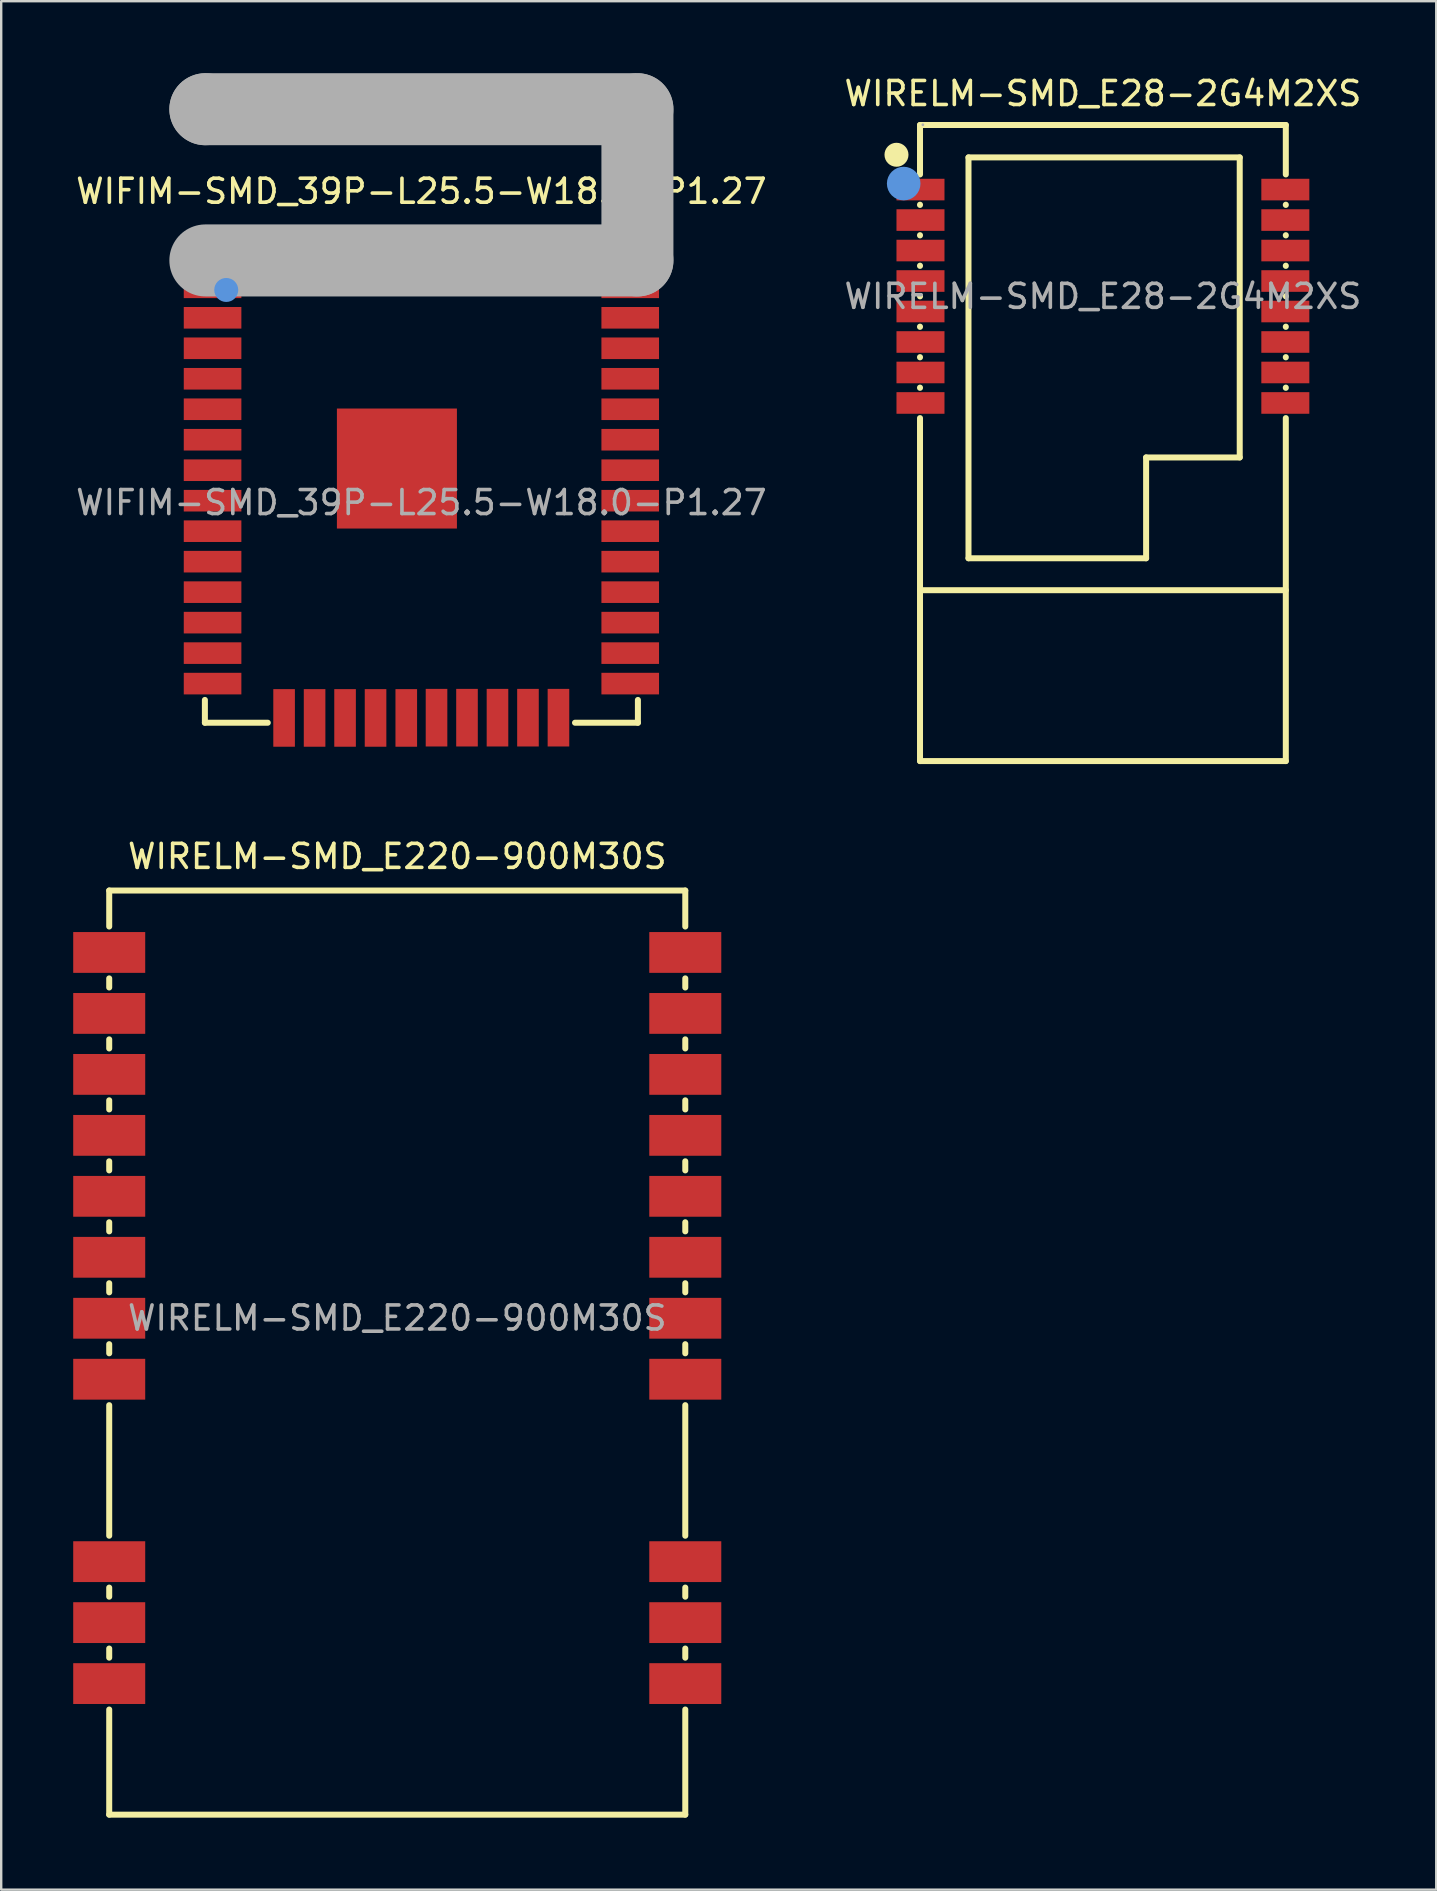
<source format=kicad_pcb>
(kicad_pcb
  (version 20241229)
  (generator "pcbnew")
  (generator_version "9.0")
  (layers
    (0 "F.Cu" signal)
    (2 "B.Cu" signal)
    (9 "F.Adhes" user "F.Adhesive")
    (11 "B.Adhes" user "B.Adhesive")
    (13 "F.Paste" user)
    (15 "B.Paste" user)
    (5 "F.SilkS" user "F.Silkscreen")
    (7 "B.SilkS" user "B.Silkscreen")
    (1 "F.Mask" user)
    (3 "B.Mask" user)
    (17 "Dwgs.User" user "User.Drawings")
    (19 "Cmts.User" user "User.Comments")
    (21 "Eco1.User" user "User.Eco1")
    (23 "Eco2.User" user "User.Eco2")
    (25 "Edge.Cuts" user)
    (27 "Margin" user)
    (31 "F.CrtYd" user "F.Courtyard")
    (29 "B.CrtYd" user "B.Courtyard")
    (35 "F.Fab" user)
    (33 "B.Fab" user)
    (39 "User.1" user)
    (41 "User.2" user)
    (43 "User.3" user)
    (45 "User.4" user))
  (footprint "WIFIM-SMD_39P-L25.5-W18.0-P1.27"
    (layer "F.Cu")
    (at 14.506 17.89)
    (property "Reference" "WIFIM-SMD_39P-L25.5-W18.0-P1.27" (at 0 -12.97 0) (layer "F.SilkS") (effects (font (size 1 1) (thickness 0.15))))
    (attr smd)
    (fp_line (start -9.02 -10.11) (end -9.02 -9.65) (stroke (width 0.25) (type solid)) (layer "F.SilkS"))
    (fp_line (start -9.02 8.22) (end -9.02 9.17) (stroke (width 0.25) (type solid)) (layer "F.SilkS"))
    (fp_line (start -9.02 9.17) (end -6.4 9.17) (stroke (width 0.25) (type solid)) (layer "F.SilkS"))
    (fp_line (start 6.4 9.17) (end 9.02 9.17) (stroke (width 0.25) (type solid)) (layer "F.SilkS"))
    (fp_line (start 9.02 -10.11) (end -9.02 -10.11) (stroke (width 0.25) (type solid)) (layer "F.SilkS"))
    (fp_line (start 9.02 -9.65) (end 9.02 -10.11) (stroke (width 0.25) (type solid)) (layer "F.SilkS"))
    (fp_line (start 9.02 9.17) (end 9.02 8.22) (stroke (width 0.25) (type solid)) (layer "F.SilkS"))
    (fp_circle (center -8.13 -8.86) (end -7.88 -8.86) (stroke (width 0.5) (type solid)) (fill no) (layer "Cmts.User"))
    (fp_line (start -9 -16.39) (end -9 -16.39) (stroke (width 3) (type solid)) (layer "F.Fab"))
    (fp_line (start -9 -16.39) (end 9 -16.39) (stroke (width 3) (type solid)) (layer "F.Fab"))
    (fp_line (start 9 -16.39) (end 9 -10.09) (stroke (width 3) (type solid)) (layer "F.Fab"))
    (fp_line (start 9 -10.09) (end -9 -10.09) (stroke (width 3) (type solid)) (layer "F.Fab"))
    (fp_circle (center -9 -16.39) (end -8.97 -16.39) (stroke (width 0.06) (type solid)) (fill no) (layer "F.Fab"))
    (fp_text user "${REFERENCE}" (at 0 0 0) (layer "F.Fab") (effects (font (size 1 1) (thickness 0.15))))
    (pad "1" smd rect (at -8.7 -8.97) (size 2.4 0.9) (layers "F.Cu" "F.Mask" "F.Paste"))
    (pad "2" smd rect (at -8.7 -7.7) (size 2.4 0.9) (layers "F.Cu" "F.Mask" "F.Paste"))
    (pad "3" smd rect (at -8.7 -6.43) (size 2.4 0.9) (layers "F.Cu" "F.Mask" "F.Paste"))
    (pad "4" smd rect (at -8.7 -5.16) (size 2.4 0.9) (layers "F.Cu" "F.Mask" "F.Paste"))
    (pad "5" smd rect (at -8.7 -3.89) (size 2.4 0.9) (layers "F.Cu" "F.Mask" "F.Paste"))
    (pad "6" smd rect (at -8.7 -2.62) (size 2.4 0.9) (layers "F.Cu" "F.Mask" "F.Paste"))
    (pad "7" smd rect (at -8.7 -1.35) (size 2.4 0.9) (layers "F.Cu" "F.Mask" "F.Paste"))
    (pad "8" smd rect (at -8.7 -0.08) (size 2.4 0.9) (layers "F.Cu" "F.Mask" "F.Paste"))
    (pad "9" smd rect (at -8.7 1.19) (size 2.4 0.9) (layers "F.Cu" "F.Mask" "F.Paste"))
    (pad "10" smd rect (at -8.7 2.46) (size 2.4 0.9) (layers "F.Cu" "F.Mask" "F.Paste"))
    (pad "11" smd rect (at -8.7 3.73) (size 2.4 0.9) (layers "F.Cu" "F.Mask" "F.Paste"))
    (pad "12" smd rect (at -8.7 5) (size 2.4 0.9) (layers "F.Cu" "F.Mask" "F.Paste"))
    (pad "13" smd rect (at -8.7 6.27) (size 2.4 0.9) (layers "F.Cu" "F.Mask" "F.Paste"))
    (pad "14" smd rect (at -8.7 7.54) (size 2.4 0.9) (layers "F.Cu" "F.Mask" "F.Paste"))
    (pad "15" smd rect (at -5.72 8.97 270) (size 2.4 0.9) (layers "F.Cu" "F.Mask" "F.Paste"))
    (pad "16" smd rect (at -4.45 8.97 270) (size 2.4 0.9) (layers "F.Cu" "F.Mask" "F.Paste"))
    (pad "17" smd rect (at -3.18 8.97 270) (size 2.4 0.9) (layers "F.Cu" "F.Mask" "F.Paste"))
    (pad "18" smd rect (at -1.91 8.97 270) (size 2.4 0.9) (layers "F.Cu" "F.Mask" "F.Paste"))
    (pad "19" smd rect (at -0.63 8.97 270) (size 2.4 0.9) (layers "F.Cu" "F.Mask" "F.Paste"))
    (pad "20" smd rect (at 0.63 8.96 270) (size 2.4 0.9) (layers "F.Cu" "F.Mask" "F.Paste"))
    (pad "21" smd rect (at 1.9 8.96 270) (size 2.4 0.9) (layers "F.Cu" "F.Mask" "F.Paste"))
    (pad "22" smd rect (at 3.17 8.96 270) (size 2.4 0.9) (layers "F.Cu" "F.Mask" "F.Paste"))
    (pad "23" smd rect (at 4.44 8.96 270) (size 2.4 0.9) (layers "F.Cu" "F.Mask" "F.Paste"))
    (pad "24" smd rect (at 5.71 8.96 270) (size 2.4 0.9) (layers "F.Cu" "F.Mask" "F.Paste"))
    (pad "25" smd rect (at 8.7 7.54) (size 2.4 0.9) (layers "F.Cu" "F.Mask" "F.Paste"))
    (pad "26" smd rect (at 8.7 6.27) (size 2.4 0.9) (layers "F.Cu" "F.Mask" "F.Paste"))
    (pad "27" smd rect (at 8.7 5) (size 2.4 0.9) (layers "F.Cu" "F.Mask" "F.Paste"))
    (pad "28" smd rect (at 8.7 3.73) (size 2.4 0.9) (layers "F.Cu" "F.Mask" "F.Paste"))
    (pad "29" smd rect (at 8.7 2.46) (size 2.4 0.9) (layers "F.Cu" "F.Mask" "F.Paste"))
    (pad "30" smd rect (at 8.7 1.19) (size 2.4 0.9) (layers "F.Cu" "F.Mask" "F.Paste"))
    (pad "31" smd rect (at 8.7 -0.08) (size 2.4 0.9) (layers "F.Cu" "F.Mask" "F.Paste"))
    (pad "32" smd rect (at 8.7 -1.35) (size 2.4 0.9) (layers "F.Cu" "F.Mask" "F.Paste"))
    (pad "33" smd rect (at 8.7 -2.62) (size 2.4 0.9) (layers "F.Cu" "F.Mask" "F.Paste"))
    (pad "34" smd rect (at 8.7 -3.89) (size 2.4 0.9) (layers "F.Cu" "F.Mask" "F.Paste"))
    (pad "35" smd rect (at 8.7 -5.16) (size 2.4 0.9) (layers "F.Cu" "F.Mask" "F.Paste"))
    (pad "36" smd rect (at 8.7 -6.43) (size 2.4 0.9) (layers "F.Cu" "F.Mask" "F.Paste"))
    (pad "37" smd rect (at 8.7 -7.7) (size 2.4 0.9) (layers "F.Cu" "F.Mask" "F.Paste"))
    (pad "38" smd rect (at 8.7 -8.97) (size 2.4 0.9) (layers "F.Cu" "F.Mask" "F.Paste"))
    (pad "39" smd rect (at -1.02 -1.42) (size 5 5) (layers "F.Cu" "F.Mask" "F.Paste")))
  (footprint "WIRELM-SMD_E220-900M30S"
    (layer "F.Cu")
    (at 13.5 51.861)
    (property "Reference" "WIRELM-SMD_E220-900M30S" (at 0 -19.23 0) (layer "F.SilkS") (effects (font (size 1 1) (thickness 0.15))))
    (attr through_hole)
    (fp_line (start -12 -17.81) (end -12 -16.31) (stroke (width 0.25) (type solid)) (layer "F.SilkS"))
    (fp_line (start -12 -17.81) (end 12 -17.81) (stroke (width 0.25) (type solid)) (layer "F.SilkS"))
    (fp_line (start -12 -14.15) (end -12 -13.77) (stroke (width 0.25) (type solid)) (layer "F.SilkS"))
    (fp_line (start -12 -11.61) (end -12 -11.23) (stroke (width 0.25) (type solid)) (layer "F.SilkS"))
    (fp_line (start -12 -9.07) (end -12 -8.69) (stroke (width 0.25) (type solid)) (layer "F.SilkS"))
    (fp_line (start -12 -6.53) (end -12 -6.15) (stroke (width 0.25) (type solid)) (layer "F.SilkS"))
    (fp_line (start -12 -3.99) (end -12 -3.61) (stroke (width 0.25) (type solid)) (layer "F.SilkS"))
    (fp_line (start -12 -1.45) (end -12 -1.07) (stroke (width 0.25) (type solid)) (layer "F.SilkS"))
    (fp_line (start -12 1.09) (end -12 1.47) (stroke (width 0.25) (type solid)) (layer "F.SilkS"))
    (fp_line (start -12 3.63) (end -12 9.07) (stroke (width 0.25) (type solid)) (layer "F.SilkS"))
    (fp_line (start -12 11.23) (end -12 11.61) (stroke (width 0.25) (type solid)) (layer "F.SilkS"))
    (fp_line (start -12 13.77) (end -12 14.15) (stroke (width 0.25) (type solid)) (layer "F.SilkS"))
    (fp_line (start -12 16.31) (end -12 20.69) (stroke (width 0.25) (type solid)) (layer "F.SilkS"))
    (fp_line (start -12 20.69) (end 12 20.69) (stroke (width 0.25) (type solid)) (layer "F.SilkS"))
    (fp_line (start 12 -17.81) (end 12 -16.31) (stroke (width 0.25) (type solid)) (layer "F.SilkS"))
    (fp_line (start 12 -14.15) (end 12 -13.77) (stroke (width 0.25) (type solid)) (layer "F.SilkS"))
    (fp_line (start 12 -11.61) (end 12 -11.23) (stroke (width 0.25) (type solid)) (layer "F.SilkS"))
    (fp_line (start 12 -9.07) (end 12 -8.69) (stroke (width 0.25) (type solid)) (layer "F.SilkS"))
    (fp_line (start 12 -6.53) (end 12 -6.15) (stroke (width 0.25) (type solid)) (layer "F.SilkS"))
    (fp_line (start 12 -3.99) (end 12 -3.61) (stroke (width 0.25) (type solid)) (layer "F.SilkS"))
    (fp_line (start 12 -1.45) (end 12 -1.07) (stroke (width 0.25) (type solid)) (layer "F.SilkS"))
    (fp_line (start 12 1.09) (end 12 1.47) (stroke (width 0.25) (type solid)) (layer "F.SilkS"))
    (fp_line (start 12 3.63) (end 12 9.07) (stroke (width 0.25) (type solid)) (layer "F.SilkS"))
    (fp_line (start 12 11.23) (end 12 11.61) (stroke (width 0.25) (type solid)) (layer "F.SilkS"))
    (fp_line (start 12 13.77) (end 12 14.15) (stroke (width 0.25) (type solid)) (layer "F.SilkS"))
    (fp_line (start 12 16.31) (end 12 20.69) (stroke (width 0.25) (type solid)) (layer "F.SilkS"))
    (fp_text user "${REFERENCE}" (at 0 0 0) (layer "F.Fab") (effects (font (size 1 1) (thickness 0.15))))
    (pad "1" smd rect (at 12 15.23) (size 3 1.7) (layers "F.Cu" "F.Mask" "F.Paste"))
    (pad "2" smd rect (at 12 12.69) (size 3 1.7) (layers "F.Cu" "F.Mask" "F.Paste"))
    (pad "3" smd rect (at 12 10.15) (size 3 1.7) (layers "F.Cu" "F.Mask" "F.Paste"))
    (pad "4" smd rect (at 12 2.55) (size 3 1.7) (layers "F.Cu" "F.Mask" "F.Paste"))
    (pad "5" smd rect (at 12 0.01) (size 3 1.7) (layers "F.Cu" "F.Mask" "F.Paste"))
    (pad "6" smd rect (at 12 -2.53) (size 3 1.7) (layers "F.Cu" "F.Mask" "F.Paste"))
    (pad "7" smd rect (at 12 -5.07) (size 3 1.7) (layers "F.Cu" "F.Mask" "F.Paste"))
    (pad "8" smd rect (at 12 -7.61) (size 3 1.7) (layers "F.Cu" "F.Mask" "F.Paste"))
    (pad "9" smd rect (at 12 -10.15) (size 3 1.7) (layers "F.Cu" "F.Mask" "F.Paste"))
    (pad "10" smd rect (at 12 -12.69) (size 3 1.7) (layers "F.Cu" "F.Mask" "F.Paste"))
    (pad "11" smd rect (at 12 -15.23) (size 3 1.7) (layers "F.Cu" "F.Mask" "F.Paste"))
    (pad "12" smd rect (at -12 -15.23) (size 3 1.7) (layers "F.Cu" "F.Mask" "F.Paste"))
    (pad "13" smd rect (at -12 -12.69) (size 3 1.7) (layers "F.Cu" "F.Mask" "F.Paste"))
    (pad "14" smd rect (at -12 -10.15) (size 3 1.7) (layers "F.Cu" "F.Mask" "F.Paste"))
    (pad "15" smd rect (at -12 -7.61) (size 3 1.7) (layers "F.Cu" "F.Mask" "F.Paste"))
    (pad "16" smd rect (at -12 -5.07) (size 3 1.7) (layers "F.Cu" "F.Mask" "F.Paste"))
    (pad "17" smd rect (at -12 -2.53) (size 3 1.7) (layers "F.Cu" "F.Mask" "F.Paste"))
    (pad "18" smd rect (at -12 0.01) (size 3 1.7) (layers "F.Cu" "F.Mask" "F.Paste"))
    (pad "19" smd rect (at -12 2.55) (size 3 1.7) (layers "F.Cu" "F.Mask" "F.Paste"))
    (pad "20" smd rect (at -12 10.15) (size 3 1.7) (layers "F.Cu" "F.Mask" "F.Paste"))
    (pad "21" smd rect (at -12 12.69) (size 3 1.7) (layers "F.Cu" "F.Mask" "F.Paste"))
    (pad "22" smd rect (at -12 15.23) (size 3 1.7) (layers "F.Cu" "F.Mask" "F.Paste")))
  (footprint "WIRELM-SMD_E28-2G4M2XS"
    (layer "F.Cu")
    (at 42.899 9.298)
    (property "Reference" "WIRELM-SMD_E28-2G4M2XS" (at 0 -8.45 0) (layer "F.SilkS") (effects (font (size 1 1) (thickness 0.15))))
    (attr smd)
    (fp_line (start -7.62 -7.14) (end -7.62 -5.08) (stroke (width 0.25) (type solid)) (layer "F.SilkS"))
    (fp_line (start -7.62 -7.14) (end 7.62 -7.14) (stroke (width 0.25) (type solid)) (layer "F.SilkS"))
    (fp_line (start -7.62 -3.82) (end -7.62 -3.81) (stroke (width 0.25) (type solid)) (layer "F.SilkS"))
    (fp_line (start -7.62 -2.55) (end -7.62 -2.54) (stroke (width 0.25) (type solid)) (layer "F.SilkS"))
    (fp_line (start -7.62 -1.28) (end -7.62 -1.27) (stroke (width 0.25) (type solid)) (layer "F.SilkS"))
    (fp_line (start -7.62 -0.01) (end -7.62 0) (stroke (width 0.25) (type solid)) (layer "F.SilkS"))
    (fp_line (start -7.62 1.26) (end -7.62 1.27) (stroke (width 0.25) (type solid)) (layer "F.SilkS"))
    (fp_line (start -7.62 2.53) (end -7.62 2.54) (stroke (width 0.25) (type solid)) (layer "F.SilkS"))
    (fp_line (start -7.62 3.8) (end -7.62 3.81) (stroke (width 0.25) (type solid)) (layer "F.SilkS"))
    (fp_line (start -7.62 5.07) (end -7.62 19.36) (stroke (width 0.25) (type solid)) (layer "F.SilkS"))
    (fp_line (start -7.62 12.24) (end 7.62 12.24) (stroke (width 0.25) (type solid)) (layer "F.SilkS"))
    (fp_line (start -7.62 19.36) (end 7.62 19.36) (stroke (width 0.25) (type solid)) (layer "F.SilkS"))
    (fp_line (start -5.6 -5.79) (end 5.7 -5.79) (stroke (width 0.25) (type solid)) (layer "F.SilkS"))
    (fp_line (start -5.6 10.91) (end -5.6 -5.79) (stroke (width 0.25) (type solid)) (layer "F.SilkS"))
    (fp_line (start 1.8 6.71) (end 1.8 10.91) (stroke (width 0.25) (type solid)) (layer "F.SilkS"))
    (fp_line (start 1.8 10.91) (end -5.6 10.91) (stroke (width 0.25) (type solid)) (layer "F.SilkS"))
    (fp_line (start 5.7 -5.79) (end 5.7 6.71) (stroke (width 0.25) (type solid)) (layer "F.SilkS"))
    (fp_line (start 5.7 6.71) (end 1.8 6.71) (stroke (width 0.25) (type solid)) (layer "F.SilkS"))
    (fp_line (start 7.62 -7.14) (end 7.62 -5.08) (stroke (width 0.25) (type solid)) (layer "F.SilkS"))
    (fp_line (start 7.62 -3.82) (end 7.62 -3.81) (stroke (width 0.25) (type solid)) (layer "F.SilkS"))
    (fp_line (start 7.62 -2.55) (end 7.62 -2.54) (stroke (width 0.25) (type solid)) (layer "F.SilkS"))
    (fp_line (start 7.62 -1.28) (end 7.62 -1.27) (stroke (width 0.25) (type solid)) (layer "F.SilkS"))
    (fp_line (start 7.62 -0.01) (end 7.62 0) (stroke (width 0.25) (type solid)) (layer "F.SilkS"))
    (fp_line (start 7.62 1.26) (end 7.62 1.27) (stroke (width 0.25) (type solid)) (layer "F.SilkS"))
    (fp_line (start 7.62 2.53) (end 7.62 2.54) (stroke (width 0.25) (type solid)) (layer "F.SilkS"))
    (fp_line (start 7.62 3.8) (end 7.62 3.81) (stroke (width 0.25) (type solid)) (layer "F.SilkS"))
    (fp_line (start 7.62 5.07) (end 7.62 19.36) (stroke (width 0.25) (type solid)) (layer "F.SilkS"))
    (fp_circle (center -8.6 -5.9) (end -8.35 -5.9) (stroke (width 0.5) (type solid)) (fill no) (layer "F.SilkS"))
    (fp_circle (center -8.3 -4.7) (end -7.95 -4.7) (stroke (width 0.7) (type solid)) (fill no) (layer "Cmts.User"))
    (fp_circle (center -7.5 -7.15) (end -7.47 -7.15) (stroke (width 0.06) (type solid)) (fill no) (layer "F.Fab"))
    (fp_text user "${REFERENCE}" (at 0 0 0) (layer "F.Fab") (effects (font (size 1 1) (thickness 0.15))))
    (pad "1" smd rect (at -7.6 -4.45) (size 2 0.9) (layers "F.Cu" "F.Mask" "F.Paste"))
    (pad "2" smd rect (at -7.6 -3.18) (size 2 0.9) (layers "F.Cu" "F.Mask" "F.Paste"))
    (pad "3" smd rect (at -7.6 -1.91) (size 2 0.9) (layers "F.Cu" "F.Mask" "F.Paste"))
    (pad "4" smd rect (at -7.6 -0.64) (size 2 0.9) (layers "F.Cu" "F.Mask" "F.Paste"))
    (pad "5" smd rect (at -7.6 0.63) (size 2 0.9) (layers "F.Cu" "F.Mask" "F.Paste"))
    (pad "6" smd rect (at -7.6 1.9) (size 2 0.9) (layers "F.Cu" "F.Mask" "F.Paste"))
    (pad "7" smd rect (at -7.6 3.17) (size 2 0.9) (layers "F.Cu" "F.Mask" "F.Paste"))
    (pad "8" smd rect (at -7.6 4.44) (size 2 0.9) (layers "F.Cu" "F.Mask" "F.Paste"))
    (pad "9" smd rect (at 7.6 4.44) (size 2 0.9) (layers "F.Cu" "F.Mask" "F.Paste"))
    (pad "10" smd rect (at 7.6 3.17) (size 2 0.9) (layers "F.Cu" "F.Mask" "F.Paste"))
    (pad "11" smd rect (at 7.6 1.9) (size 2 0.9) (layers "F.Cu" "F.Mask" "F.Paste"))
    (pad "12" smd rect (at 7.6 0.63) (size 2 0.9) (layers "F.Cu" "F.Mask" "F.Paste"))
    (pad "13" smd rect (at 7.6 -0.64) (size 2 0.9) (layers "F.Cu" "F.Mask" "F.Paste"))
    (pad "14" smd rect (at 7.6 -1.91) (size 2 0.9) (layers "F.Cu" "F.Mask" "F.Paste"))
    (pad "15" smd rect (at 7.6 -3.18) (size 2 0.9) (layers "F.Cu" "F.Mask" "F.Paste"))
    (pad "16" smd rect (at 7.6 -4.45) (size 2 0.9) (layers "F.Cu" "F.Mask" "F.Paste")))
  (gr_rect
    (start -3 -3)
    (end 56.786 75.677)
    (stroke (width 0.1) (type default))
    (fill no)
    (layer "Edge.Cuts")))
</source>
